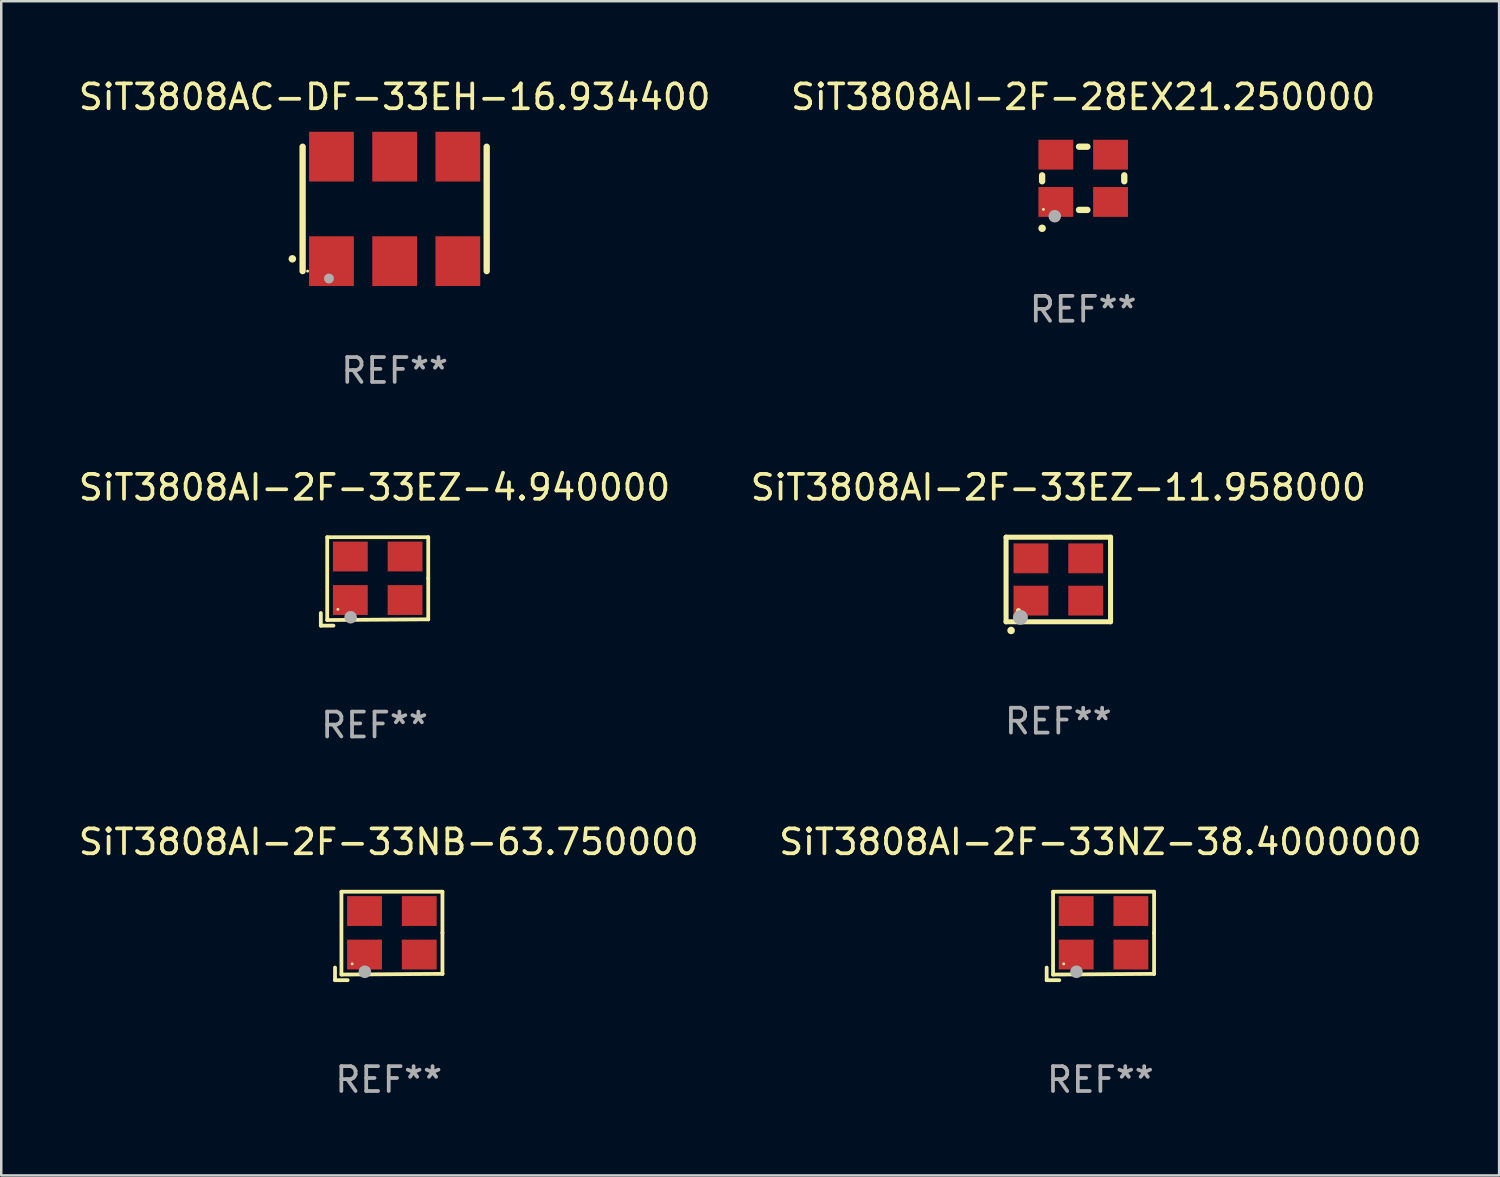
<source format=kicad_pcb>
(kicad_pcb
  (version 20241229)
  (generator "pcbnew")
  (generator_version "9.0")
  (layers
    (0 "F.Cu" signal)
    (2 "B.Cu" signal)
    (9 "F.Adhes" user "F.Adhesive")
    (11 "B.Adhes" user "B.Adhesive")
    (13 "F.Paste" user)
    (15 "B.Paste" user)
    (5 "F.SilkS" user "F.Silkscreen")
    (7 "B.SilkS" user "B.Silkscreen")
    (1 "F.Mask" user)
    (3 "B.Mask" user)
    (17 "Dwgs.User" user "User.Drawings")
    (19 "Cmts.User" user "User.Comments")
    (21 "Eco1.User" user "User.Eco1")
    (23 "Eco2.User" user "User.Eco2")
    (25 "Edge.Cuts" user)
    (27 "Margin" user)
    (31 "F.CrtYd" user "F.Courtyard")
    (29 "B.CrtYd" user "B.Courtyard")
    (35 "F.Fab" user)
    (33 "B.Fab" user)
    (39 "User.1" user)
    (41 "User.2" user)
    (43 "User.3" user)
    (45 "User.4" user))
  (footprint "SiT3808AI-2F-33NZ-38.4000000"
    (layer "F.Cu")
    (at 41.185 34.575)
    (property "Reference" "SiT3808AI-2F-33NZ-38.4000000" (at 0 -3.778 0) (layer "F.SilkS") (effects (font (size 1 1) (thickness 0.15))))
    (attr through_hole)
    (fp_line (start -2.159 1.27) (end -2.159 1.778) (stroke (width 0.152) (type solid)) (layer "F.SilkS"))
    (fp_line (start -2.159 1.778) (end -1.651 1.778) (stroke (width 0.152) (type solid)) (layer "F.SilkS"))
    (fp_line (start -1.902 -1.778) (end 2.159 -1.778) (stroke (width 0.152) (type solid)) (layer "F.SilkS"))
    (fp_line (start -1.902 1.552) (end -1.902 -1.778) (stroke (width 0.152) (type solid)) (layer "F.SilkS"))
    (fp_line (start 2.159 -1.778) (end 2.159 -0.127) (stroke (width 0.152) (type solid)) (layer "F.SilkS"))
    (fp_line (start 2.159 -0.127) (end 2.159 1.524) (stroke (width 0.152) (type solid)) (layer "F.SilkS"))
    (fp_line (start 2.159 1.524) (end -1.902 1.552) (stroke (width 0.152) (type solid)) (layer "F.SilkS"))
    (fp_line (start 2.159 1.524) (end 2.159 1.524) (stroke (width 0.152) (type solid)) (layer "F.SilkS"))
    (fp_circle (center -1.473 1.123) (end -1.443 1.123) (stroke (width 0.06) (type solid)) (fill no) (layer "F.SilkS"))
    (fp_circle (center -0.961 1.44) (end -0.834 1.44) (stroke (width 0.254) (type solid)) (fill no) (layer "F.Fab"))
    (fp_text user "REF**" (at 0 5.778 0) (layer "F.Fab") (effects (font (size 1 1) (thickness 0.15))))
    (pad "1" smd rect (at -0.973 0.748) (size 1.4 1.2) (layers "F.Cu" "F.Mask" "F.Paste"))
    (pad "2" smd rect (at 1.227 0.748) (size 1.4 1.2) (layers "F.Cu" "F.Mask" "F.Paste"))
    (pad "3" smd rect (at 1.227 -1.002) (size 1.4 1.2) (layers "F.Cu" "F.Mask" "F.Paste"))
    (pad "4" smd rect (at -0.973 -1.002) (size 1.4 1.2) (layers "F.Cu" "F.Mask" "F.Paste")))
  (footprint "SiT3808AI-2F-33NB-63.750000"
    (layer "F.Cu")
    (at 12.577 34.575)
    (property "Reference" "SiT3808AI-2F-33NB-63.750000" (at 0 -3.778 0) (layer "F.SilkS") (effects (font (size 1 1) (thickness 0.15))))
    (attr through_hole)
    (fp_line (start -2.159 1.27) (end -2.159 1.778) (stroke (width 0.152) (type solid)) (layer "F.SilkS"))
    (fp_line (start -2.159 1.778) (end -1.651 1.778) (stroke (width 0.152) (type solid)) (layer "F.SilkS"))
    (fp_line (start -1.902 -1.778) (end 2.159 -1.778) (stroke (width 0.152) (type solid)) (layer "F.SilkS"))
    (fp_line (start -1.902 1.552) (end -1.902 -1.778) (stroke (width 0.152) (type solid)) (layer "F.SilkS"))
    (fp_line (start 2.159 -1.778) (end 2.159 -0.127) (stroke (width 0.152) (type solid)) (layer "F.SilkS"))
    (fp_line (start 2.159 -0.127) (end 2.159 1.524) (stroke (width 0.152) (type solid)) (layer "F.SilkS"))
    (fp_line (start 2.159 1.524) (end -1.902 1.552) (stroke (width 0.152) (type solid)) (layer "F.SilkS"))
    (fp_line (start 2.159 1.524) (end 2.159 1.524) (stroke (width 0.152) (type solid)) (layer "F.SilkS"))
    (fp_circle (center -1.473 1.123) (end -1.443 1.123) (stroke (width 0.06) (type solid)) (fill no) (layer "F.SilkS"))
    (fp_circle (center -0.961 1.44) (end -0.834 1.44) (stroke (width 0.254) (type solid)) (fill no) (layer "F.Fab"))
    (fp_text user "REF**" (at 0 5.778 0) (layer "F.Fab") (effects (font (size 1 1) (thickness 0.15))))
    (pad "1" smd rect (at -0.973 0.748) (size 1.4 1.2) (layers "F.Cu" "F.Mask" "F.Paste"))
    (pad "2" smd rect (at 1.227 0.748) (size 1.4 1.2) (layers "F.Cu" "F.Mask" "F.Paste"))
    (pad "3" smd rect (at 1.227 -1.002) (size 1.4 1.2) (layers "F.Cu" "F.Mask" "F.Paste"))
    (pad "4" smd rect (at -0.973 -1.002) (size 1.4 1.2) (layers "F.Cu" "F.Mask" "F.Paste")))
  (footprint "SiT3808AI-2F-33EZ-4.940000"
    (layer "F.Cu")
    (at 12.006 20.323)
    (property "Reference" "SiT3808AI-2F-33EZ-4.940000" (at 0 -3.778 0) (layer "F.SilkS") (effects (font (size 1 1) (thickness 0.15))))
    (attr through_hole)
    (fp_line (start -2.159 1.27) (end -2.159 1.778) (stroke (width 0.152) (type solid)) (layer "F.SilkS"))
    (fp_line (start -2.159 1.778) (end -1.651 1.778) (stroke (width 0.152) (type solid)) (layer "F.SilkS"))
    (fp_line (start -1.902 -1.778) (end 2.159 -1.778) (stroke (width 0.152) (type solid)) (layer "F.SilkS"))
    (fp_line (start -1.902 1.552) (end -1.902 -1.778) (stroke (width 0.152) (type solid)) (layer "F.SilkS"))
    (fp_line (start 2.159 -1.778) (end 2.159 -0.127) (stroke (width 0.152) (type solid)) (layer "F.SilkS"))
    (fp_line (start 2.159 -0.127) (end 2.159 1.524) (stroke (width 0.152) (type solid)) (layer "F.SilkS"))
    (fp_line (start 2.159 1.524) (end -1.902 1.552) (stroke (width 0.152) (type solid)) (layer "F.SilkS"))
    (fp_line (start 2.159 1.524) (end 2.159 1.524) (stroke (width 0.152) (type solid)) (layer "F.SilkS"))
    (fp_circle (center -1.473 1.123) (end -1.443 1.123) (stroke (width 0.06) (type solid)) (fill no) (layer "F.SilkS"))
    (fp_circle (center -0.961 1.44) (end -0.834 1.44) (stroke (width 0.254) (type solid)) (fill no) (layer "F.Fab"))
    (fp_text user "REF**" (at 0 5.778 0) (layer "F.Fab") (effects (font (size 1 1) (thickness 0.15))))
    (pad "1" smd rect (at -0.973 0.748) (size 1.4 1.2) (layers "F.Cu" "F.Mask" "F.Paste"))
    (pad "2" smd rect (at 1.227 0.748) (size 1.4 1.2) (layers "F.Cu" "F.Mask" "F.Paste"))
    (pad "3" smd rect (at 1.227 -1.002) (size 1.4 1.2) (layers "F.Cu" "F.Mask" "F.Paste"))
    (pad "4" smd rect (at -0.973 -1.002) (size 1.4 1.2) (layers "F.Cu" "F.Mask" "F.Paste")))
  (footprint "SiT3808AI-2F-28EX21.250000"
    (layer "F.Cu")
    (at 40.494 4.118)
    (property "Reference" "SiT3808AI-2F-28EX21.250000" (at 0 -3.27 0) (layer "F.SilkS") (effects (font (size 1 1) (thickness 0.15))))
    (attr through_hole)
    (fp_line (start -1.651 -0.119) (end -1.651 0.119) (stroke (width 0.254) (type solid)) (layer "F.SilkS"))
    (fp_line (start -0.169 -1.27) (end 0.169 -1.27) (stroke (width 0.254) (type solid)) (layer "F.SilkS"))
    (fp_line (start -0.169 1.27) (end 0.169 1.27) (stroke (width 0.254) (type solid)) (layer "F.SilkS"))
    (fp_line (start 1.651 -0.119) (end 1.651 0.119) (stroke (width 0.254) (type solid)) (layer "F.SilkS"))
    (fp_arc (start -1.652273 2.008992) (mid -1.651003 2.008987) (end -1.649733 2.008992) (stroke (width 0.3) (type solid)) (layer "F.SilkS"))
    (fp_circle (center -1.6 1.25) (end -1.57 1.25) (stroke (width 0.06) (type solid)) (fill no) (layer "F.SilkS"))
    (fp_circle (center -1.143 1.524) (end -1.016 1.524) (stroke (width 0.254) (type solid)) (fill no) (layer "F.Fab"))
    (fp_text user "REF**" (at 0 5.27 0) (layer "F.Fab") (effects (font (size 1 1) (thickness 0.15))))
    (pad "1" smd rect (at -1.1 0.95) (size 1.4 1.2) (layers "F.Cu" "F.Mask" "F.Paste"))
    (pad "2" smd rect (at 1.1 0.95) (size 1.4 1.2) (layers "F.Cu" "F.Mask" "F.Paste"))
    (pad "3" smd rect (at 1.1 -0.95) (size 1.4 1.2) (layers "F.Cu" "F.Mask" "F.Paste"))
    (pad "4" smd rect (at -1.1 -0.95) (size 1.4 1.2) (layers "F.Cu" "F.Mask" "F.Paste")))
  (footprint "SiT3808AC-DF-33EH-16.934400"
    (layer "F.Cu")
    (at 12.815 5.348)
    (property "Reference" "SiT3808AC-DF-33EH-16.934400" (at 0 -4.5 0) (layer "F.SilkS") (effects (font (size 1 1) (thickness 0.15))))
    (attr through_hole)
    (fp_line (start -3.7 -2.5) (end -3.7 2.5) (stroke (width 0.254) (type solid)) (layer "F.SilkS"))
    (fp_line (start 3.7 -2.5) (end 3.7 2.5) (stroke (width 0.254) (type solid)) (layer "F.SilkS"))
    (fp_arc (start -4.114415 2.006604) (mid -4.113145 2.006599) (end -4.111875 2.006604) (stroke (width 0.3) (type solid)) (layer "F.SilkS"))
    (fp_circle (center -3.5 2.501) (end -3.47 2.501) (stroke (width 0.06) (type solid)) (fill no) (layer "F.SilkS"))
    (fp_circle (center -2.641 2.799) (end -2.541 2.799) (stroke (width 0.2) (type solid)) (fill no) (layer "F.Fab"))
    (fp_text user "REF**" (at 0 6.5 0) (layer "F.Fab") (effects (font (size 1 1) (thickness 0.15))))
    (pad "1" smd rect (at -2.54 2.1) (size 1.8 2) (layers "F.Cu" "F.Mask" "F.Paste"))
    (pad "2" smd rect (at 0.000394 2.1) (size 1.8 2) (layers "F.Cu" "F.Mask" "F.Paste"))
    (pad "3" smd rect (at 2.54 2.1) (size 1.8 2) (layers "F.Cu" "F.Mask" "F.Paste"))
    (pad "4" smd rect (at 2.54 -2.1) (size 1.8 2) (layers "F.Cu" "F.Mask" "F.Paste"))
    (pad "5" smd rect (at 0.000394 -2.1) (size 1.8 2) (layers "F.Cu" "F.Mask" "F.Paste"))
    (pad "6" smd rect (at -2.54 -2.1) (size 1.8 2) (layers "F.Cu" "F.Mask" "F.Paste")))
  (footprint "SiT3808AI-2F-33EZ-11.958000"
    (layer "F.Cu")
    (at 39.494 20.245)
    (property "Reference" "SiT3808AI-2F-33EZ-11.958000" (at 0 -3.7 0) (layer "F.SilkS") (effects (font (size 1 1) (thickness 0.15))))
    (attr through_hole)
    (fp_line (start -2.1 -1.7) (end -2.1 1.7) (stroke (width 0.203) (type solid)) (layer "F.SilkS"))
    (fp_line (start -2.1 1.7) (end 2.1 1.7) (stroke (width 0.203) (type solid)) (layer "F.SilkS"))
    (fp_line (start 2.1 -1.7) (end -2.1 -1.7) (stroke (width 0.203) (type solid)) (layer "F.SilkS"))
    (fp_line (start 2.1 1.7) (end 2.1 -1.7) (stroke (width 0.203) (type solid)) (layer "F.SilkS"))
    (fp_arc (start -1.899924 2.049784) (mid -1.898654 2.049779) (end -1.897384 2.049784) (stroke (width 0.3) (type solid)) (layer "F.SilkS"))
    (fp_circle (center -1.6 1.25) (end -1.55 1.25) (stroke (width 0.1) (type solid)) (fill no) (layer "F.SilkS"))
    (fp_circle (center -1.524 1.524) (end -1.374 1.524) (stroke (width 0.3) (type solid)) (fill no) (layer "F.Fab"))
    (fp_text user "REF**" (at 0 5.7 0) (layer "F.Fab") (effects (font (size 1 1) (thickness 0.15))))
    (pad "1" smd rect (at -1.1 0.85) (size 1.4 1.2) (layers "F.Cu" "F.Mask" "F.Paste"))
    (pad "2" smd rect (at 1.1 0.85) (size 1.4 1.2) (layers "F.Cu" "F.Mask" "F.Paste"))
    (pad "3" smd rect (at 1.1 -0.85) (size 1.4 1.2) (layers "F.Cu" "F.Mask" "F.Paste"))
    (pad "4" smd rect (at -1.1 -0.85) (size 1.4 1.2) (layers "F.Cu" "F.Mask" "F.Paste")))
  (gr_rect
    (start -3 -3)
    (end 57.214 44.202)
    (stroke (width 0.1) (type default))
    (fill no)
    (layer "Edge.Cuts")))
</source>
